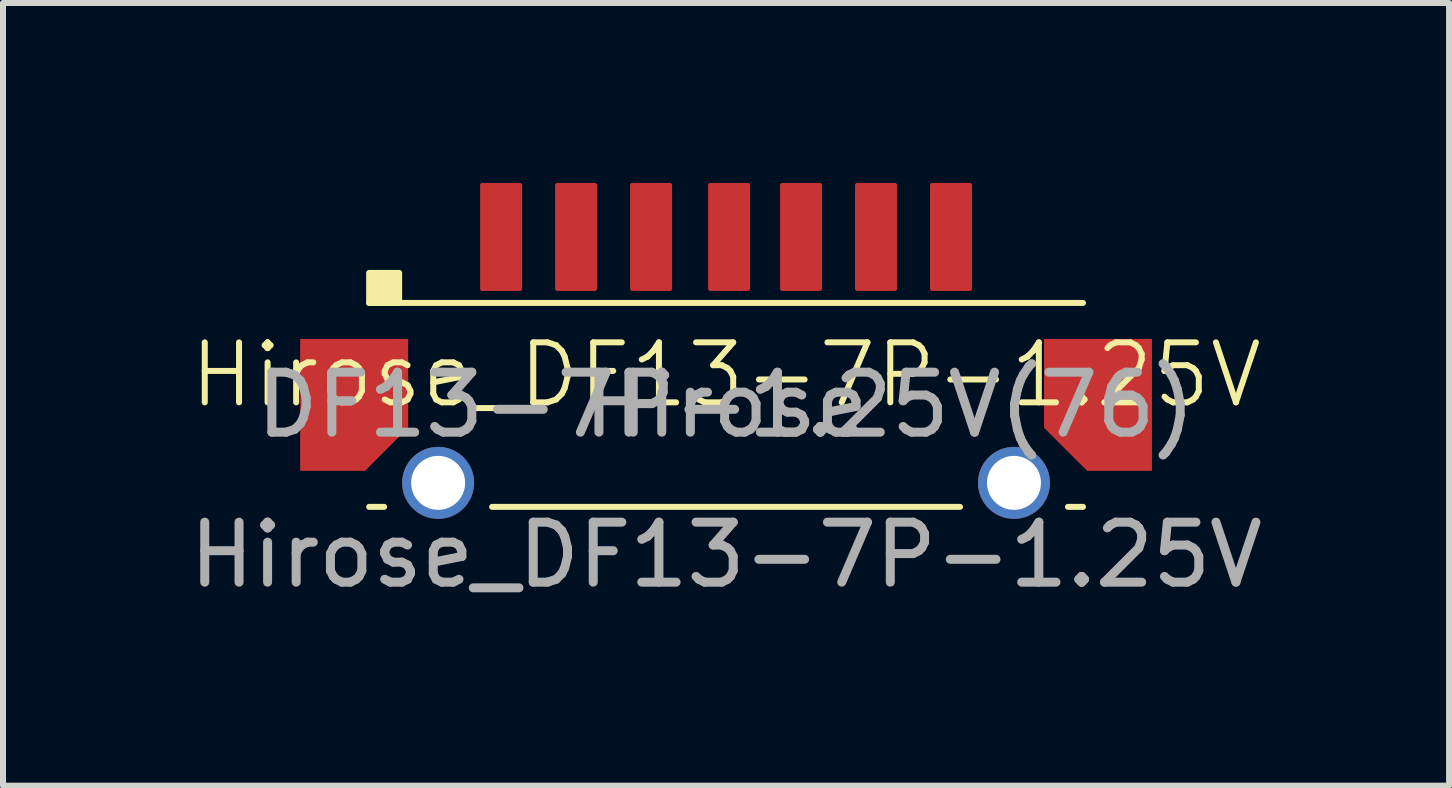
<source format=kicad_pcb>
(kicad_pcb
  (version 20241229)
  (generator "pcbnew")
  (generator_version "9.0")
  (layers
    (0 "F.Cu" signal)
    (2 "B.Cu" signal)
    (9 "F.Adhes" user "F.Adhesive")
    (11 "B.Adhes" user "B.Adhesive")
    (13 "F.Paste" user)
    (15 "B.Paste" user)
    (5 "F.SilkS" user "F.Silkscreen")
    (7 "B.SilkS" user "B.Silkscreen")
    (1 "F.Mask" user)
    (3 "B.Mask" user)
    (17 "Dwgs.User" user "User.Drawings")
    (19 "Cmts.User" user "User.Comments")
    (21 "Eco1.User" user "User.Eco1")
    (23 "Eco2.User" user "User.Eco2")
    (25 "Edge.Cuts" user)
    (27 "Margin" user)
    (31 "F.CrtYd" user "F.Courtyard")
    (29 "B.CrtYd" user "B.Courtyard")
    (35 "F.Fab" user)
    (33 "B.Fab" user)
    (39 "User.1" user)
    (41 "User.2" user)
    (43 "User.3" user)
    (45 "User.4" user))
  (footprint "Hirose_DF13-7P-1.25V"
    (layer "F.Cu")
    (at 9.054 3.7)
    (property "Reference" "Hirose_DF13-7P-1.25V" (at 0 -0.5 0) (unlocked yes) (layer "F.SilkS") (effects (font (size 1 1) (thickness 0.1))))
    (property "Manuf" "Hirose" (at 0 0 0) (layer "F.Fab") (effects (font (size 1 1) (thickness 0.15))))
    (property "Manuf PN" "DF13-7P-1.25V(76)" (at 0 0 0) (layer "F.Fab") (effects (font (size 1 1) (thickness 0.15))))
    (attr smd)
    (fp_line (start -5.95 -1.7) (end 5.95 -1.7) (stroke (width 0.1) (type default)) (layer "F.SilkS"))
    (fp_line (start -5.95 1.7) (end -5.7 1.7) (stroke (width 0.1) (type default)) (layer "F.SilkS"))
    (fp_line (start -3.9 1.7) (end 3.9 1.7) (stroke (width 0.1) (type default)) (layer "F.SilkS"))
    (fp_line (start 5.7 1.7) (end 5.95 1.7) (stroke (width 0.1) (type default)) (layer "F.SilkS"))
    (fp_rect (start -5.95 -2.2) (end -5.45 -1.7) (stroke (width 0.1) (type solid)) (fill yes) (layer "F.SilkS"))
    (fp_text user "${REFERENCE}" (at 0 2.5 0) (unlocked yes) (layer "F.Fab") (effects (font (size 1 1) (thickness 0.15))))
    (pad "" thru_hole circle (at -4.8 1.3) (size 1.2 1.2) (drill 0.9) (layers "*.Cu" "*.Mask"))
    (pad "" thru_hole circle (at 4.8 1.3) (size 1.2 1.2) (drill 0.9) (layers "*.Cu" "*.Mask"))
    (pad "1" smd roundrect (at -3.75 -2.8) (size 0.7 1.8) (layers "F.Cu" "F.Mask" "F.Paste") (roundrect_rratio 0.05))
    (pad "2" smd roundrect (at -2.5 -2.8) (size 0.7 1.8) (layers "F.Cu" "F.Mask" "F.Paste") (roundrect_rratio 0.05))
    (pad "3" smd roundrect (at -1.25 -2.8) (size 0.7 1.8) (layers "F.Cu" "F.Mask" "F.Paste") (roundrect_rratio 0.05))
    (pad "4" smd roundrect (at 0.05 -2.8) (size 0.7 1.8) (layers "F.Cu" "F.Mask" "F.Paste") (roundrect_rratio 0.05))
    (pad "5" smd roundrect (at 1.25 -2.8) (size 0.7 1.8) (layers "F.Cu" "F.Mask" "F.Paste") (roundrect_rratio 0.05))
    (pad "6" smd roundrect (at 2.5 -2.8) (size 0.7 1.8) (layers "F.Cu" "F.Mask" "F.Paste") (roundrect_rratio 0.05))
    (pad "7" smd roundrect (at 3.75 -2.8) (size 0.7 1.8) (layers "F.Cu" "F.Mask" "F.Paste") (roundrect_rratio 0.05))
    (pad "M" smd roundrect (at -6.2 0) (size 1.8 2.2) (layers "F.Cu" "F.Mask" "F.Paste") (roundrect_rratio 0) (chamfer_ratio 0.4) (chamfer bottom_right))
    (pad "M" smd roundrect (at 6.2 0) (size 1.8 2.2) (layers "F.Cu" "F.Mask" "F.Paste") (roundrect_rratio 0) (chamfer_ratio 0.4) (chamfer bottom_left)))
  (gr_rect
    (start -3 -3)
    (end 21.107 10.048)
    (stroke (width 0.1) (type default))
    (fill no)
    (layer "Edge.Cuts")))
</source>
